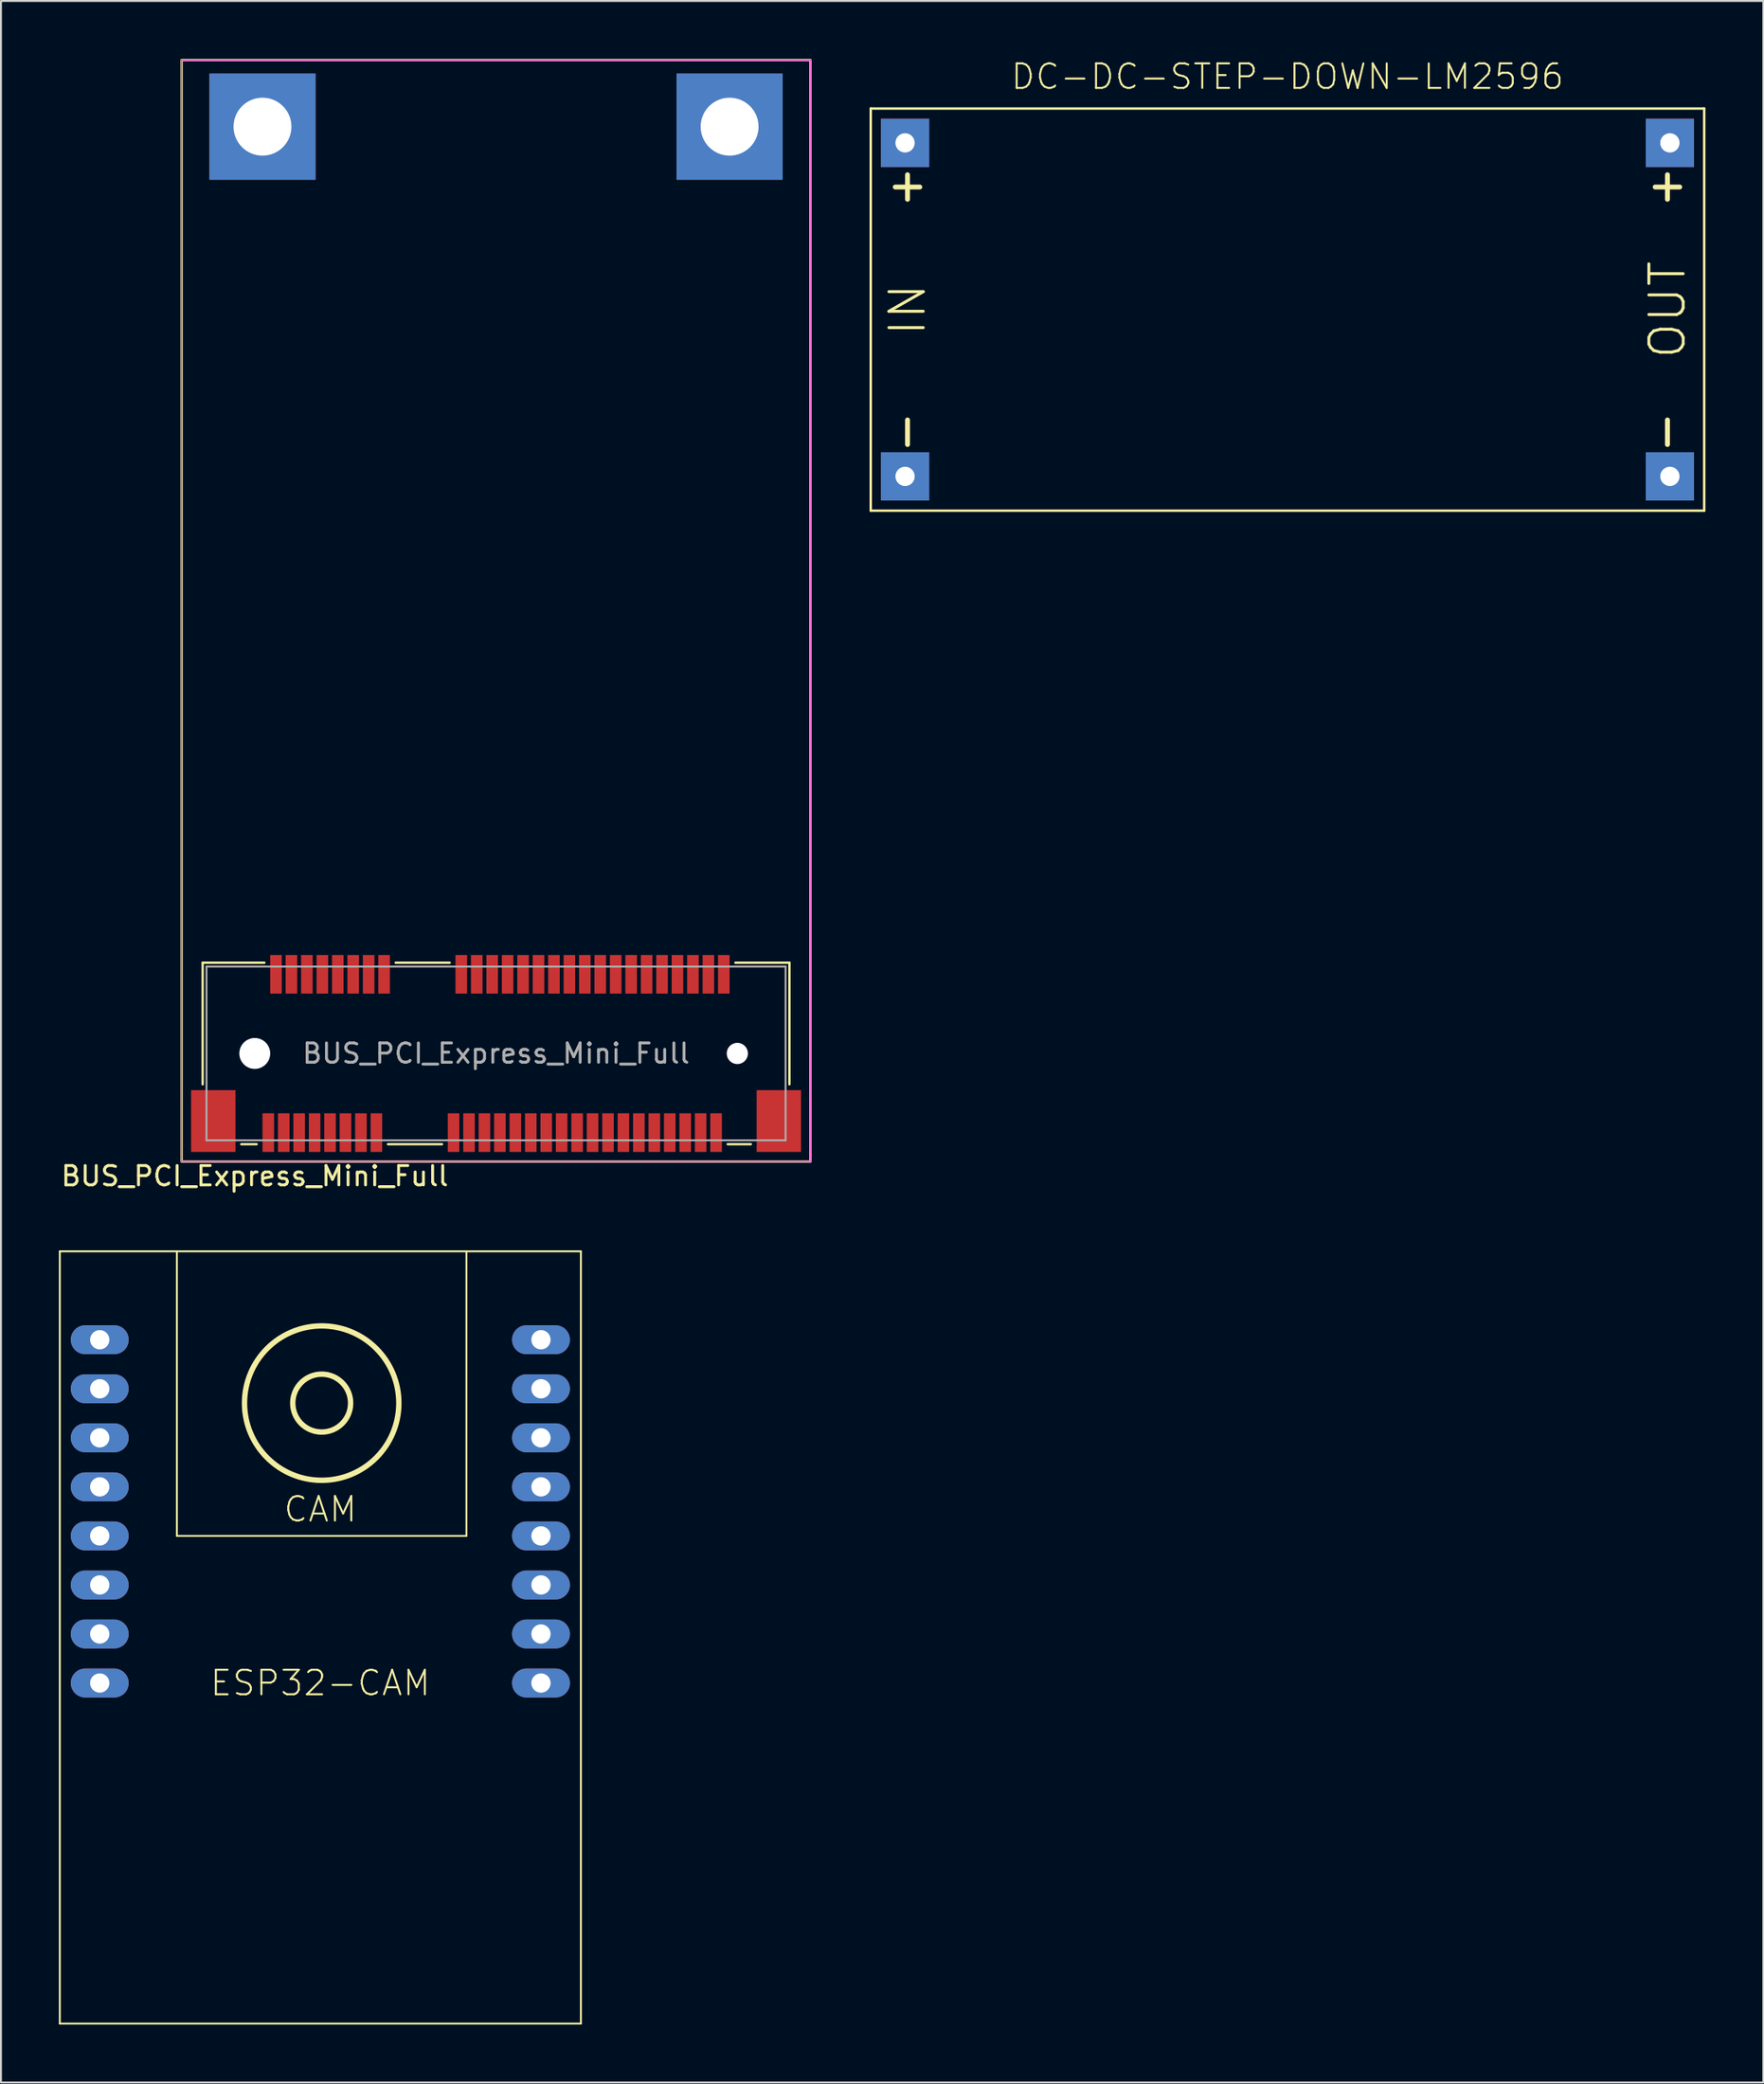
<source format=kicad_pcb>
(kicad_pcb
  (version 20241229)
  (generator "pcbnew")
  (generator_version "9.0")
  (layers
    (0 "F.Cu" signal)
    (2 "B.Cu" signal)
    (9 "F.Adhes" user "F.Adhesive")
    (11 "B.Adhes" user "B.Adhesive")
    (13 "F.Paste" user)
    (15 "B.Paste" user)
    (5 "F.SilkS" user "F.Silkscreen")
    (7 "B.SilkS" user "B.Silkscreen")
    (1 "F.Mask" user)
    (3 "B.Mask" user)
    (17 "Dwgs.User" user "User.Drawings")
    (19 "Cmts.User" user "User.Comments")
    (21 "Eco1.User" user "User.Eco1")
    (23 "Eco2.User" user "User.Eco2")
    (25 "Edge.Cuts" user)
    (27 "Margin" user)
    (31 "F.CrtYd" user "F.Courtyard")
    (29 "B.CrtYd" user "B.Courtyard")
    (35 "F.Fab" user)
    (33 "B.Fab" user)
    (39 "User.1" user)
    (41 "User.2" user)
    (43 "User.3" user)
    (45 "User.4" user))
  (footprint "DC-DC-STEP-DOWN-LM2596"
    (layer "F.Cu")
    (at 63.652 12.986)
    (property "Reference" "DC-DC-STEP-DOWN-LM2596" (at 0 -12.065 0) (layer "F.SilkS") (effects (font (size 1.27 1.27) (thickness 0.102))))
    (attr through_hole)
    (fp_line (start -21.59 -10.414) (end 21.59 -10.414) (stroke (width 0.127) (type solid)) (layer "F.SilkS"))
    (fp_line (start -21.59 10.414) (end -21.59 -10.414) (stroke (width 0.127) (type solid)) (layer "F.SilkS"))
    (fp_line (start -20.32 -6.35) (end -19.05 -6.35) (stroke (width 0.254) (type solid)) (layer "F.SilkS"))
    (fp_line (start -19.685 -6.985) (end -19.685 -5.715) (stroke (width 0.254) (type solid)) (layer "F.SilkS"))
    (fp_line (start -19.685 6.985) (end -19.685 5.715) (stroke (width 0.254) (type solid)) (layer "F.SilkS"))
    (fp_line (start 19.05 -6.35) (end 20.32 -6.35) (stroke (width 0.254) (type solid)) (layer "F.SilkS"))
    (fp_line (start 19.685 -6.985) (end 19.685 -5.715) (stroke (width 0.254) (type solid)) (layer "F.SilkS"))
    (fp_line (start 19.685 6.985) (end 19.685 5.715) (stroke (width 0.254) (type solid)) (layer "F.SilkS"))
    (fp_line (start 21.59 -10.414) (end 21.59 10.414) (stroke (width 0.127) (type solid)) (layer "F.SilkS"))
    (fp_line (start 21.59 10.414) (end -21.59 10.414) (stroke (width 0.127) (type solid)) (layer "F.SilkS"))
    (fp_text user "OUT" (at 19.685 0 90) (layer "F.SilkS") (effects (font (size 1.778 1.778) (thickness 0.152))))
    (fp_text user "IN" (at -19.685 0 90) (layer "F.SilkS") (effects (font (size 1.778 1.778) (thickness 0.152))))
    (pad "IN+" thru_hole rect (at -19.812 -8.636) (size 2.5 2.5) (drill 1) (layers "*.Cu" "*.Mask"))
    (pad "IN-" thru_hole rect (at -19.812 8.636) (size 2.5 2.5) (drill 1) (layers "*.Cu" "*.Mask"))
    (pad "OUT+" thru_hole rect (at 19.812 -8.636) (size 2.5 2.5) (drill 1) (layers "*.Cu" "*.Mask"))
    (pad "OUT-" thru_hole rect (at 19.812 8.636) (size 2.5 2.5) (drill 1) (layers "*.Cu" "*.Mask")))
  (footprint "BUS_PCI_Express_Mini_Full"
    (layer "F.Cu")
    (at 22.649 51.51)
    (property "Reference" "BUS_PCI_Express_Mini_Full" (at -12.5 6.35 180) (layer "F.SilkS") (effects (font (size 1 1) (thickness 0.15))))
    (attr smd)
    (fp_line (start -15.2 -4.7) (end -15.2 1.6) (stroke (width 0.12) (type solid)) (layer "F.SilkS"))
    (fp_line (start -13.2 4.7) (end -12.4 4.7) (stroke (width 0.12) (type solid)) (layer "F.SilkS"))
    (fp_line (start -12 -4.7) (end -15.2 -4.7) (stroke (width 0.12) (type solid)) (layer "F.SilkS"))
    (fp_line (start -5.6 4.7) (end -2.8 4.7) (stroke (width 0.12) (type solid)) (layer "F.SilkS"))
    (fp_line (start -2.4 -4.7) (end -5.2 -4.7) (stroke (width 0.12) (type solid)) (layer "F.SilkS"))
    (fp_line (start 12 4.7) (end 13.2 4.7) (stroke (width 0.12) (type solid)) (layer "F.SilkS"))
    (fp_line (start 15.2 -4.7) (end 12.4 -4.7) (stroke (width 0.12) (type solid)) (layer "F.SilkS"))
    (fp_line (start 15.2 1.6) (end 15.2 -4.7) (stroke (width 0.12) (type solid)) (layer "F.SilkS"))
    (fp_rect (start -16.29 -51.45) (end 16.29 5.6) (stroke (width 0.12) (type solid)) (fill no) (layer "F.SilkS"))
    (fp_line (start -16.3 -51.45) (end 16.3 -51.45) (stroke (width 0.05) (type solid)) (layer "F.CrtYd"))
    (fp_line (start -16.3 5.6) (end -16.3 -51.45) (stroke (width 0.05) (type solid)) (layer "F.CrtYd"))
    (fp_line (start 16.3 -51.45) (end 16.3 5.6) (stroke (width 0.05) (type solid)) (layer "F.CrtYd"))
    (fp_line (start 16.3 5.6) (end -16.3 5.6) (stroke (width 0.05) (type solid)) (layer "F.CrtYd"))
    (fp_line (start -15 -4.5) (end -15 4.5) (stroke (width 0.1) (type solid)) (layer "F.Fab"))
    (fp_line (start -15 4.5) (end 15 4.5) (stroke (width 0.1) (type solid)) (layer "F.Fab"))
    (fp_line (start 15 -4.5) (end -15 -4.5) (stroke (width 0.1) (type solid)) (layer "F.Fab"))
    (fp_line (start 15 4.5) (end 15 -4.5) (stroke (width 0.1) (type solid)) (layer "F.Fab"))
    (fp_text user "${REFERENCE}" (at 0 0 0) (layer "F.Fab") (effects (font (size 1 1) (thickness 0.15))))
    (pad "" np_thru_hole circle (at -12.5 0) (size 1.6 1.6) (drill 1.6) (layers "*.Cu" "*.Mask"))
    (pad "" np_thru_hole circle (at 12.5 0) (size 1.1 1.1) (drill 1.1) (layers "*.Cu" "*.Mask"))
    (pad "1" smd rect (at -11.8 4.1) (size 0.6 2) (layers "F.Cu" "F.Mask" "F.Paste"))
    (pad "2" smd rect (at -11.4 -4.1) (size 0.6 2) (layers "F.Cu" "F.Mask" "F.Paste"))
    (pad "3" smd rect (at -11 4.1) (size 0.6 2) (layers "F.Cu" "F.Mask" "F.Paste"))
    (pad "4" smd rect (at -10.6 -4.1) (size 0.6 2) (layers "F.Cu" "F.Mask" "F.Paste"))
    (pad "5" smd rect (at -10.2 4.1) (size 0.6 2) (layers "F.Cu" "F.Mask" "F.Paste"))
    (pad "6" smd rect (at -9.8 -4.1) (size 0.6 2) (layers "F.Cu" "F.Mask" "F.Paste"))
    (pad "7" smd rect (at -9.4 4.1) (size 0.6 2) (layers "F.Cu" "F.Mask" "F.Paste"))
    (pad "8" smd rect (at -9 -4.1) (size 0.6 2) (layers "F.Cu" "F.Mask" "F.Paste"))
    (pad "9" smd rect (at -8.6 4.1) (size 0.6 2) (layers "F.Cu" "F.Mask" "F.Paste"))
    (pad "10" smd rect (at -8.2 -4.1) (size 0.6 2) (layers "F.Cu" "F.Mask" "F.Paste"))
    (pad "11" smd rect (at -7.8 4.1) (size 0.6 2) (layers "F.Cu" "F.Mask" "F.Paste"))
    (pad "12" smd rect (at -7.4 -4.1) (size 0.6 2) (layers "F.Cu" "F.Mask" "F.Paste"))
    (pad "13" smd rect (at -7 4.1) (size 0.6 2) (layers "F.Cu" "F.Mask" "F.Paste"))
    (pad "14" smd rect (at -6.6 -4.1) (size 0.6 2) (layers "F.Cu" "F.Mask" "F.Paste"))
    (pad "15" smd rect (at -6.2 4.1) (size 0.6 2) (layers "F.Cu" "F.Mask" "F.Paste"))
    (pad "16" smd rect (at -5.8 -4.1) (size 0.6 2) (layers "F.Cu" "F.Mask" "F.Paste"))
    (pad "17" smd rect (at -2.2 4.1) (size 0.6 2) (layers "F.Cu" "F.Mask" "F.Paste"))
    (pad "18" smd rect (at -1.8 -4.1) (size 0.6 2) (layers "F.Cu" "F.Mask" "F.Paste"))
    (pad "19" smd rect (at -1.4 4.1) (size 0.6 2) (layers "F.Cu" "F.Mask" "F.Paste"))
    (pad "20" smd rect (at -1 -4.1) (size 0.6 2) (layers "F.Cu" "F.Mask" "F.Paste"))
    (pad "21" smd rect (at -0.6 4.1) (size 0.6 2) (layers "F.Cu" "F.Mask" "F.Paste"))
    (pad "22" smd rect (at -0.2 -4.1) (size 0.6 2) (layers "F.Cu" "F.Mask" "F.Paste"))
    (pad "23" smd rect (at 0.2 4.1) (size 0.6 2) (layers "F.Cu" "F.Mask" "F.Paste"))
    (pad "24" smd rect (at 0.6 -4.1) (size 0.6 2) (layers "F.Cu" "F.Mask" "F.Paste"))
    (pad "25" smd rect (at 1 4.1) (size 0.6 2) (layers "F.Cu" "F.Mask" "F.Paste"))
    (pad "26" smd rect (at 1.4 -4.1) (size 0.6 2) (layers "F.Cu" "F.Mask" "F.Paste"))
    (pad "27" smd rect (at 1.8 4.1) (size 0.6 2) (layers "F.Cu" "F.Mask" "F.Paste"))
    (pad "28" smd rect (at 2.2 -4.1) (size 0.6 2) (layers "F.Cu" "F.Mask" "F.Paste"))
    (pad "29" smd rect (at 2.6 4.1) (size 0.6 2) (layers "F.Cu" "F.Mask" "F.Paste"))
    (pad "30" smd rect (at 3 -4.1) (size 0.6 2) (layers "F.Cu" "F.Mask" "F.Paste"))
    (pad "31" smd rect (at 3.4 4.1) (size 0.6 2) (layers "F.Cu" "F.Mask" "F.Paste"))
    (pad "32" smd rect (at 3.8 -4.1) (size 0.6 2) (layers "F.Cu" "F.Mask" "F.Paste"))
    (pad "33" smd rect (at 4.2 4.1) (size 0.6 2) (layers "F.Cu" "F.Mask" "F.Paste"))
    (pad "34" smd rect (at 4.6 -4.1) (size 0.6 2) (layers "F.Cu" "F.Mask" "F.Paste"))
    (pad "35" smd rect (at 5 4.1) (size 0.6 2) (layers "F.Cu" "F.Mask" "F.Paste"))
    (pad "36" smd rect (at 5.4 -4.1) (size 0.6 2) (layers "F.Cu" "F.Mask" "F.Paste"))
    (pad "37" smd rect (at 5.8 4.1) (size 0.6 2) (layers "F.Cu" "F.Mask" "F.Paste"))
    (pad "38" smd rect (at 6.2 -4.1) (size 0.6 2) (layers "F.Cu" "F.Mask" "F.Paste"))
    (pad "39" smd rect (at 6.6 4.1) (size 0.6 2) (layers "F.Cu" "F.Mask" "F.Paste"))
    (pad "40" smd rect (at 7 -4.1) (size 0.6 2) (layers "F.Cu" "F.Mask" "F.Paste"))
    (pad "41" smd rect (at 7.4 4.1) (size 0.6 2) (layers "F.Cu" "F.Mask" "F.Paste"))
    (pad "42" smd rect (at 7.8 -4.1) (size 0.6 2) (layers "F.Cu" "F.Mask" "F.Paste"))
    (pad "43" smd rect (at 8.2 4.1) (size 0.6 2) (layers "F.Cu" "F.Mask" "F.Paste"))
    (pad "44" smd rect (at 8.6 -4.1) (size 0.6 2) (layers "F.Cu" "F.Mask" "F.Paste"))
    (pad "45" smd rect (at 9 4.1) (size 0.6 2) (layers "F.Cu" "F.Mask" "F.Paste"))
    (pad "46" smd rect (at 9.4 -4.1) (size 0.6 2) (layers "F.Cu" "F.Mask" "F.Paste"))
    (pad "47" smd rect (at 9.8 4.1) (size 0.6 2) (layers "F.Cu" "F.Mask" "F.Paste"))
    (pad "48" smd rect (at 10.2 -4.1) (size 0.6 2) (layers "F.Cu" "F.Mask" "F.Paste"))
    (pad "49" smd rect (at 10.6 4.1) (size 0.6 2) (layers "F.Cu" "F.Mask" "F.Paste"))
    (pad "50" smd rect (at 11 -4.1) (size 0.6 2) (layers "F.Cu" "F.Mask" "F.Paste"))
    (pad "51" smd rect (at 11.4 4.1) (size 0.6 2) (layers "F.Cu" "F.Mask" "F.Paste"))
    (pad "52" smd rect (at 11.8 -4.1) (size 0.6 2) (layers "F.Cu" "F.Mask" "F.Paste"))
    (pad "53" thru_hole rect (at -12.1 -48) (size 5.5 5.5) (drill 3) (layers "*.Cu" "*.Mask"))
    (pad "53" thru_hole rect (at 12.1 -48) (size 5.5 5.5) (drill 3) (layers "*.Cu" "*.Mask"))
    (pad "MP" smd rect (at -14.65 3.5) (size 2.3 3.2) (layers "F.Cu" "F.Mask" "F.Paste"))
    (pad "MP" smd rect (at 14.65 3.5) (size 2.3 3.2) (layers "F.Cu" "F.Mask" "F.Paste")))
  (footprint "ESP32-CAM"
    (layer "F.Cu")
    (at 2.117 84.117)
    (property "Reference" "ESP32-CAM" (at 11.43 0 0) (layer "F.SilkS") (effects (font (size 1.27 1.27) (thickness 0.102))))
    (attr exclude_from_pos_files exclude_from_bom)
    (fp_line (start -2.068 -22.36) (end -2.068 17.638) (stroke (width 0.099) (type solid)) (layer "F.SilkS"))
    (fp_line (start -2.068 17.638) (end 24.928 17.638) (stroke (width 0.099) (type solid)) (layer "F.SilkS"))
    (fp_line (start 3.998 -22.36) (end 3.998 -7.62) (stroke (width 0.099) (type solid)) (layer "F.SilkS"))
    (fp_line (start 3.998 -7.62) (end 18.999 -7.62) (stroke (width 0.099) (type solid)) (layer "F.SilkS"))
    (fp_line (start 18.999 -22.36) (end 18.999 -7.62) (stroke (width 0.099) (type solid)) (layer "F.SilkS"))
    (fp_line (start 24.928 -22.36) (end -2.068 -22.36) (stroke (width 0.099) (type solid)) (layer "F.SilkS"))
    (fp_line (start 24.928 17.638) (end 24.928 -22.36) (stroke (width 0.099) (type solid)) (layer "F.SilkS"))
    (fp_circle (center 11.499 -14.498) (end 11.499 -18.496) (stroke (width 0.279) (type solid)) (fill no) (layer "F.SilkS"))
    (fp_circle (center 11.499 -14.498) (end 11.499 -15.997) (stroke (width 0.279) (type solid)) (fill no) (layer "F.SilkS"))
    (fp_text user "CAM" (at 11.43 -8.999 0) (layer "F.SilkS") (effects (font (size 1.27 1.27) (thickness 0.102))))
    (pad "1" thru_hole oval (at 0 0) (size 3 1.5) (drill 1) (layers "*.Cu" "*.Mask"))
    (pad "2" thru_hole oval (at 0 -2.54) (size 3 1.5) (drill 1) (layers "*.Cu" "*.Mask"))
    (pad "3" thru_hole oval (at 0 -5.08) (size 3 1.5) (drill 1) (layers "*.Cu" "*.Mask"))
    (pad "4" thru_hole oval (at 0 -7.62) (size 3 1.5) (drill 1) (layers "*.Cu" "*.Mask"))
    (pad "5" thru_hole oval (at 0 -10.16) (size 3 1.5) (drill 1) (layers "*.Cu" "*.Mask"))
    (pad "6" thru_hole oval (at 0 -12.7) (size 3 1.5) (drill 1) (layers "*.Cu" "*.Mask"))
    (pad "7" thru_hole oval (at 0 -15.24) (size 3 1.5) (drill 1) (layers "*.Cu" "*.Mask"))
    (pad "8" thru_hole oval (at 0 -17.78) (size 3 1.5) (drill 1) (layers "*.Cu" "*.Mask"))
    (pad "9" thru_hole oval (at 22.86 -17.78) (size 3 1.5) (drill 1) (layers "*.Cu" "*.Mask"))
    (pad "10" thru_hole oval (at 22.86 -15.24) (size 3 1.5) (drill 1) (layers "*.Cu" "*.Mask"))
    (pad "11" thru_hole oval (at 22.86 -12.7) (size 3 1.5) (drill 1) (layers "*.Cu" "*.Mask"))
    (pad "12" thru_hole oval (at 22.86 -10.16) (size 3 1.5) (drill 1) (layers "*.Cu" "*.Mask"))
    (pad "13" thru_hole oval (at 22.86 -7.62) (size 3 1.5) (drill 1) (layers "*.Cu" "*.Mask"))
    (pad "14" thru_hole oval (at 22.86 -5.08) (size 3 1.5) (drill 1) (layers "*.Cu" "*.Mask"))
    (pad "15" thru_hole oval (at 22.86 -2.54) (size 3 1.5) (drill 1) (layers "*.Cu" "*.Mask"))
    (pad "16" thru_hole oval (at 22.86 0) (size 3 1.5) (drill 1) (layers "*.Cu" "*.Mask")))
  (gr_rect
    (start -3 -3)
    (end 88.306 104.805)
    (stroke (width 0.1) (type default))
    (fill no)
    (layer "Edge.Cuts")))
</source>
